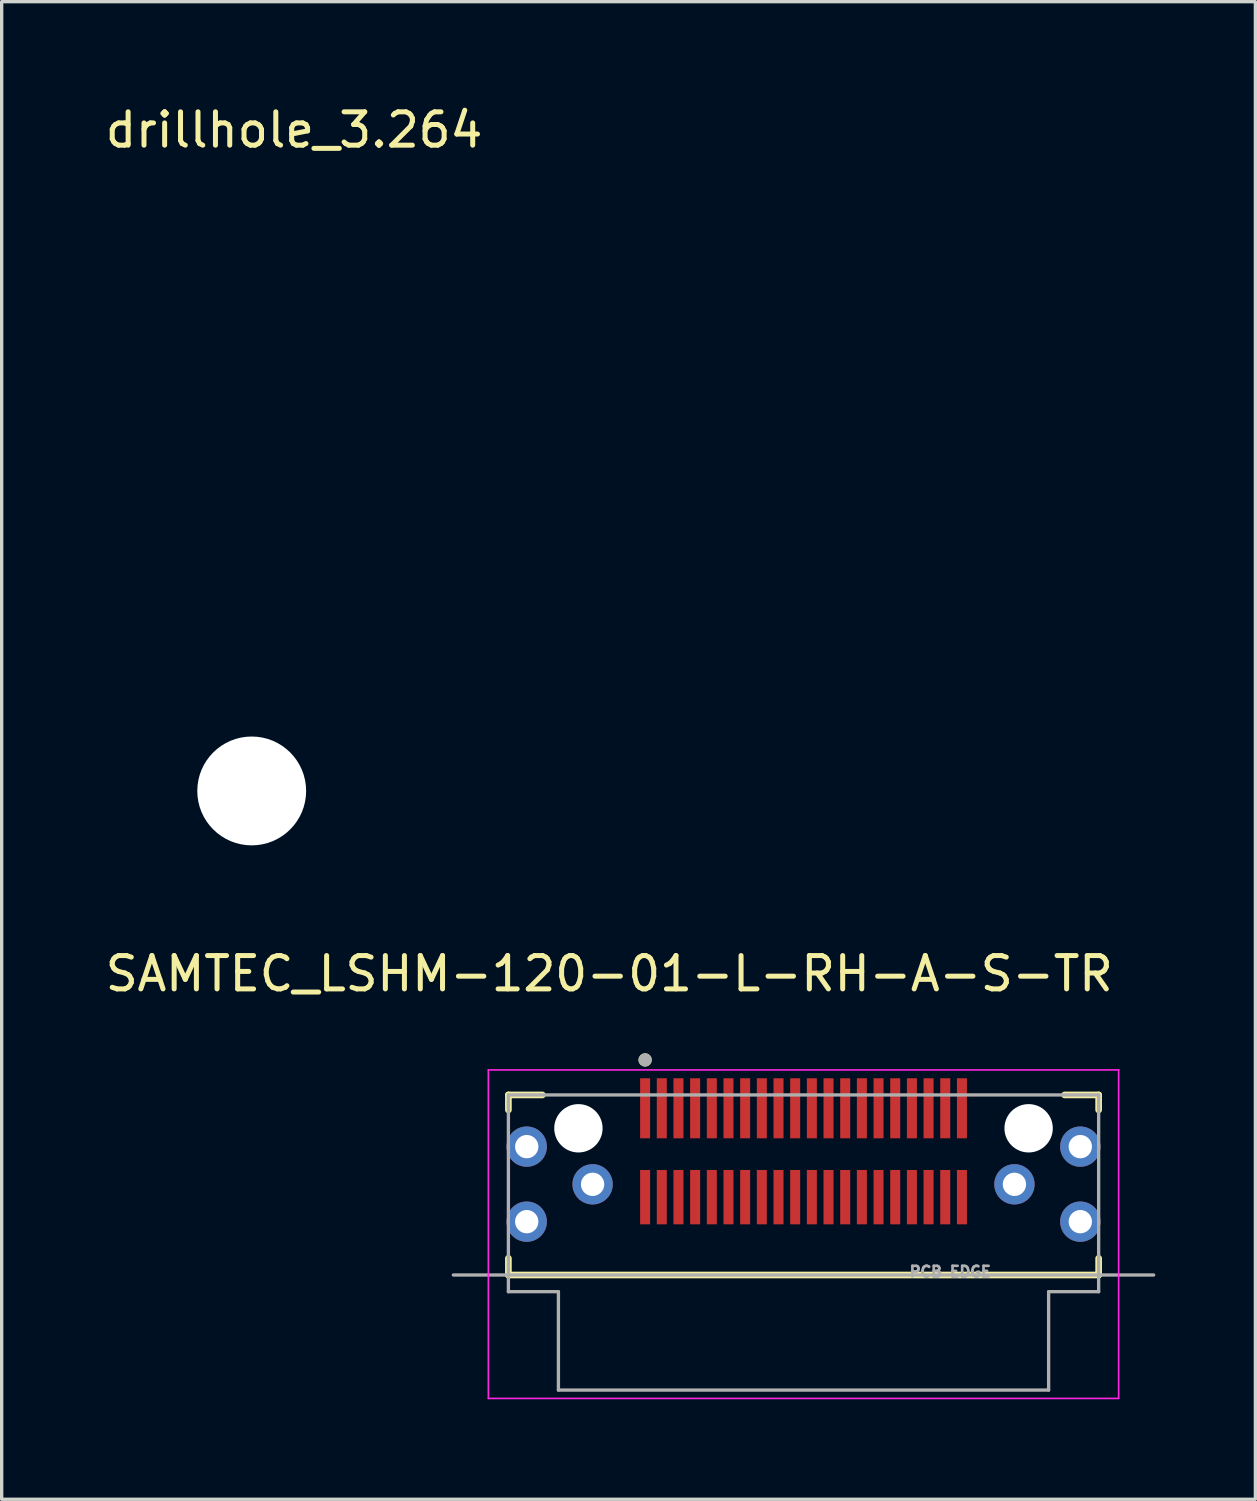
<source format=kicad_pcb>
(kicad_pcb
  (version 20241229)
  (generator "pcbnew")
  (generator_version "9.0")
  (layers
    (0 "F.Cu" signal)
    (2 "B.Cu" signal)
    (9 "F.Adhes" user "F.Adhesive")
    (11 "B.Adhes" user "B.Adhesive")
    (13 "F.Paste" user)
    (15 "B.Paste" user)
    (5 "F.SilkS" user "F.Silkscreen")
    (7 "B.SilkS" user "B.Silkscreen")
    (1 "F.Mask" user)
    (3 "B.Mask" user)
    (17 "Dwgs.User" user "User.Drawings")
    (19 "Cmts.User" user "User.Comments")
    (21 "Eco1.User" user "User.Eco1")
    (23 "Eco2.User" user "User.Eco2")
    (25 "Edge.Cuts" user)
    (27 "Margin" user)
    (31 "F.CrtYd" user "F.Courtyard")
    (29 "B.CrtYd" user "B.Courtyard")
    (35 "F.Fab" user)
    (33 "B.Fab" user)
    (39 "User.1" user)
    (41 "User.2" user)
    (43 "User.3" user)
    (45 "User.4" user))
  (footprint "drillhole_3.264"
    (layer "F.Cu")
    (at 4.498 20.668)
    (property "Reference" "drillhole_3.264" (at 1.27 -19.82 0) (layer "F.SilkS") (effects (font (size 1 1) (thickness 0.15))))
    (attr through_hole)
    (pad "" np_thru_hole circle (at 0 0) (size 3.264 3.264) (drill 3.264) (layers "*.Cu" "*.Mask")))
  (footprint "SAMTEC_LSHM-120-01-L-RH-A-S-TR"
    (layer "F.Cu")
    (at 21.045 30.784)
    (property "Reference" "SAMTEC_LSHM-120-01-L-RH-A-S-TR" (at -5.825 -4.635 0) (layer "F.SilkS") (effects (font (size 1 1) (thickness 0.15))))
    (attr smd)
    (fp_line (start -8.85 -1) (end -7.83 -1) (stroke (width 0.2) (type solid)) (layer "F.SilkS"))
    (fp_line (start -8.85 -0.55) (end -8.85 -1) (stroke (width 0.2) (type solid)) (layer "F.SilkS"))
    (fp_line (start -8.85 3.9) (end -8.85 4.4) (stroke (width 0.2) (type solid)) (layer "F.SilkS"))
    (fp_line (start -8.85 4.4) (end 8.85 4.4) (stroke (width 0.2) (type solid)) (layer "F.SilkS"))
    (fp_line (start 7.83 -1) (end 8.85 -1) (stroke (width 0.2) (type solid)) (layer "F.SilkS"))
    (fp_line (start 8.85 -1) (end 8.85 -0.55) (stroke (width 0.2) (type solid)) (layer "F.SilkS"))
    (fp_line (start 8.85 4.4) (end 8.85 3.9) (stroke (width 0.2) (type solid)) (layer "F.SilkS"))
    (fp_circle (center -4.75 -2.05) (end -4.65 -2.05) (stroke (width 0.2) (type solid)) (fill no) (layer "F.SilkS"))
    (fp_circle (center -8.3 2.8) (end -7.875 2.8) (stroke (width 0.85) (type solid)) (fill no) (layer "F.Paste"))
    (fp_circle (center 8.3 2.8) (end 8.725 2.8) (stroke (width 0.85) (type solid)) (fill no) (layer "F.Paste"))
    (fp_poly (pts (xy -7.955 -0.227) (xy -7.979 -0.236) (xy -8 -0.243) (xy -8.02 -0.25) (xy -8.04 -0.256) (xy -8.06 -0.262) (xy -8.081 -0.267) (xy -8.102 -0.271) (xy -8.122 -0.276) (xy -8.143 -0.279) (xy -8.164 -0.283) (xy -8.185 -0.286) (xy -8.206 -0.288) (xy -8.228 -0.29) (xy -8.249 -0.291) (xy -8.27 -0.292) (xy -8.291 -0.293) (xy -8.312 -0.293) (xy -8.333 -0.292) (xy -8.355 -0.291) (xy -8.376 -0.29) (xy -8.397 -0.288) (xy -8.418 -0.286) (xy -8.439 -0.283) (xy -8.46 -0.28) (xy -8.481 -0.276) (xy -8.502 -0.272) (xy -8.522 -0.267) (xy -8.543 -0.262) (xy -8.563 -0.257) (xy -8.591 -0.249) (xy -8.632 -0.232) (xy -8.673 -0.214) (xy -8.712 -0.193) (xy -8.75 -0.171) (xy -8.788 -0.146) (xy -8.823 -0.12) (xy -8.858 -0.092) (xy -8.89 -0.061) (xy -8.922 -0.03) (xy -8.951 0.004) (xy -8.979 0.038) (xy -9.005 0.075) (xy -9.029 0.112) (xy -9.051 0.151) (xy -9.07 0.191) (xy -9.088 0.232) (xy -9.104 0.273) (xy -9.117 0.316) (xy -9.128 0.359) (xy -9.137 0.402) (xy -9.144 0.446) (xy -9.148 0.491) (xy -9.15 0.535) (xy -9.149 0.58) (xy -9.147 0.624) (xy -9.142 0.668) (xy -9.134 0.712) (xy -9.125 0.756) (xy -9.113 0.799) (xy -9.099 0.841) (xy -9.082 0.882) (xy -9.064 0.923) (xy -9.043 0.962) (xy -9.021 1) (xy -8.996 1.038) (xy -8.97 1.073) (xy -8.942 1.108) (xy -8.911 1.14) (xy -8.88 1.172) (xy -8.846 1.201) (xy -8.812 1.229) (xy -8.775 1.255) (xy -8.738 1.279) (xy -8.699 1.301) (xy -8.659 1.32) (xy -8.618 1.338) (xy -8.577 1.354) (xy -8.534 1.367) (xy -8.491 1.378) (xy -8.448 1.387) (xy -8.404 1.394) (xy -8.359 1.398) (xy -8.315 1.4) (xy -8.27 1.399) (xy -8.226 1.397) (xy -8.182 1.392) (xy -8.138 1.384) (xy -8.094 1.375) (xy -8.051 1.363) (xy -8.009 1.349) (xy -7.989 1.341) (xy -7.969 1.333) (xy -7.949 1.324) (xy -7.929 1.315) (xy -7.91 1.305) (xy -7.89 1.295) (xy -7.871 1.284) (xy -7.853 1.273) (xy -7.834 1.261) (xy -7.816 1.249) (xy -7.798 1.236) (xy -7.781 1.223) (xy -7.764 1.21) (xy -7.747 1.196) (xy -7.731 1.181) (xy -7.715 1.167) (xy -7.699 1.151) (xy -7.684 1.136) (xy -7.669 1.12) (xy -7.655 1.103) (xy -7.641 1.087) (xy -7.627 1.07) (xy -7.614 1.052) (xy -7.601 1.035) (xy -7.589 1.016) (xy -7.577 0.998) (xy -7.566 0.979) (xy -7.555 0.961) (xy -7.545 0.941) (xy -7.536 0.924) (xy -7.955 -0.227) (xy -7.955 -0.227)) (stroke (width 0.01) (type solid)) (fill yes) (layer "F.Paste"))
    (fp_poly (pts (xy -7.069 1.269) (xy -7.081 1.292) (xy -7.089 1.311) (xy -7.097 1.331) (xy -7.105 1.351) (xy -7.113 1.371) (xy -7.12 1.391) (xy -7.126 1.411) (xy -7.132 1.431) (xy -7.138 1.452) (xy -7.143 1.472) (xy -7.147 1.493) (xy -7.152 1.514) (xy -7.155 1.535) (xy -7.159 1.556) (xy -7.161 1.577) (xy -7.164 1.598) (xy -7.166 1.619) (xy -7.167 1.64) (xy -7.168 1.661) (xy -7.168 1.682) (xy -7.168 1.703) (xy -7.168 1.725) (xy -7.167 1.746) (xy -7.166 1.767) (xy -7.164 1.788) (xy -7.162 1.809) (xy -7.159 1.83) (xy -7.155 1.851) (xy -7.152 1.872) (xy -7.146 1.9) (xy -7.133 1.943) (xy -7.119 1.985) (xy -7.102 2.026) (xy -7.082 2.066) (xy -7.061 2.105) (xy -7.038 2.143) (xy -7.013 2.18) (xy -6.986 2.215) (xy -6.957 2.249) (xy -6.926 2.281) (xy -6.894 2.312) (xy -6.86 2.341) (xy -6.825 2.368) (xy -6.788 2.393) (xy -6.75 2.416) (xy -6.711 2.437) (xy -6.671 2.457) (xy -6.63 2.474) (xy -6.588 2.488) (xy -6.545 2.501) (xy -6.502 2.511) (xy -6.458 2.52) (xy -6.414 2.525) (xy -6.369 2.529) (xy -6.325 2.53) (xy -6.281 2.529) (xy -6.236 2.525) (xy -6.192 2.52) (xy -6.148 2.511) (xy -6.105 2.501) (xy -6.062 2.488) (xy -6.02 2.474) (xy -5.979 2.457) (xy -5.939 2.437) (xy -5.9 2.416) (xy -5.862 2.393) (xy -5.825 2.368) (xy -5.79 2.341) (xy -5.756 2.312) (xy -5.724 2.281) (xy -5.693 2.249) (xy -5.664 2.215) (xy -5.637 2.18) (xy -5.612 2.143) (xy -5.589 2.105) (xy -5.568 2.066) (xy -5.548 2.026) (xy -5.531 1.985) (xy -5.517 1.943) (xy -5.504 1.9) (xy -5.494 1.857) (xy -5.485 1.813) (xy -5.48 1.769) (xy -5.476 1.724) (xy -5.475 1.68) (xy -5.476 1.636) (xy -5.48 1.591) (xy -5.485 1.547) (xy -5.494 1.503) (xy -5.504 1.46) (xy -5.51 1.439) (xy -5.516 1.418) (xy -5.523 1.398) (xy -5.531 1.377) (xy -5.539 1.357) (xy -5.547 1.337) (xy -5.556 1.317) (xy -5.566 1.297) (xy -5.576 1.278) (xy -5.587 1.259) (xy -5.598 1.24) (xy -5.609 1.222) (xy -5.621 1.203) (xy -5.634 1.185) (xy -5.646 1.168) (xy -5.66 1.151) (xy -5.674 1.134) (xy -5.688 1.117) (xy -5.702 1.101) (xy -5.717 1.085) (xy -5.733 1.07) (xy -5.749 1.055) (xy -5.765 1.04) (xy -5.781 1.026) (xy -5.798 1.012) (xy -5.816 0.999) (xy -5.833 0.986) (xy -5.851 0.974) (xy -5.869 0.962) (xy -5.886 0.952) (xy -7.069 1.269) (xy -7.069 1.269)) (stroke (width 0.01) (type solid)) (fill yes) (layer "F.Paste"))
    (fp_poly (pts (xy 5.886 0.952) (xy 5.875 0.959) (xy 5.857 0.971) (xy 5.84 0.984) (xy 5.823 0.997) (xy 5.806 1.011) (xy 5.79 1.025) (xy 5.773 1.039) (xy 5.758 1.054) (xy 5.742 1.069) (xy 5.727 1.084) (xy 5.712 1.1) (xy 5.698 1.116) (xy 5.684 1.132) (xy 5.67 1.149) (xy 5.657 1.165) (xy 5.644 1.183) (xy 5.631 1.2) (xy 5.619 1.218) (xy 5.607 1.236) (xy 5.596 1.254) (xy 5.585 1.273) (xy 5.575 1.292) (xy 5.565 1.311) (xy 5.555 1.33) (xy 5.546 1.35) (xy 5.537 1.37) (xy 5.529 1.389) (xy 5.521 1.409) (xy 5.514 1.43) (xy 5.506 1.454) (xy 5.495 1.497) (xy 5.487 1.541) (xy 5.481 1.585) (xy 5.478 1.629) (xy 5.477 1.674) (xy 5.478 1.718) (xy 5.481 1.762) (xy 5.487 1.807) (xy 5.495 1.85) (xy 5.506 1.894) (xy 5.518 1.936) (xy 5.533 1.978) (xy 5.55 2.019) (xy 5.569 2.059) (xy 5.591 2.099) (xy 5.614 2.137) (xy 5.639 2.173) (xy 5.666 2.209) (xy 5.695 2.242) (xy 5.726 2.275) (xy 5.758 2.305) (xy 5.792 2.334) (xy 5.827 2.361) (xy 5.864 2.386) (xy 5.902 2.41) (xy 5.941 2.431) (xy 5.981 2.45) (xy 6.022 2.467) (xy 6.064 2.482) (xy 6.107 2.495) (xy 6.15 2.505) (xy 6.194 2.513) (xy 6.238 2.519) (xy 6.282 2.522) (xy 6.327 2.524) (xy 6.371 2.522) (xy 6.416 2.519) (xy 6.46 2.513) (xy 6.504 2.505) (xy 6.547 2.495) (xy 6.589 2.482) (xy 6.631 2.467) (xy 6.673 2.45) (xy 6.713 2.431) (xy 6.752 2.41) (xy 6.79 2.386) (xy 6.826 2.361) (xy 6.862 2.334) (xy 6.896 2.305) (xy 6.928 2.275) (xy 6.958 2.242) (xy 6.987 2.209) (xy 7.014 2.173) (xy 7.04 2.137) (xy 7.063 2.099) (xy 7.084 2.059) (xy 7.103 2.019) (xy 7.12 1.978) (xy 7.135 1.936) (xy 7.148 1.894) (xy 7.152 1.876) (xy 7.157 1.855) (xy 7.161 1.834) (xy 7.165 1.812) (xy 7.168 1.791) (xy 7.171 1.77) (xy 7.173 1.748) (xy 7.174 1.727) (xy 7.175 1.705) (xy 7.176 1.684) (xy 7.176 1.662) (xy 7.175 1.64) (xy 7.174 1.619) (xy 7.172 1.597) (xy 7.169 1.576) (xy 7.166 1.554) (xy 7.163 1.533) (xy 7.159 1.512) (xy 7.155 1.491) (xy 7.149 1.47) (xy 7.144 1.449) (xy 7.138 1.428) (xy 7.131 1.408) (xy 7.124 1.387) (xy 7.116 1.367) (xy 7.108 1.347) (xy 7.099 1.328) (xy 7.09 1.308) (xy 7.08 1.289) (xy 7.069 1.269) (xy 5.886 0.952) (xy 5.886 0.952)) (stroke (width 0.01) (type solid)) (fill yes) (layer "F.Paste"))
    (fp_poly (pts (xy 7.536 0.924) (xy 7.545 0.939) (xy 7.556 0.958) (xy 7.567 0.976) (xy 7.579 0.994) (xy 7.592 1.012) (xy 7.605 1.029) (xy 7.618 1.046) (xy 7.631 1.063) (xy 7.645 1.08) (xy 7.66 1.096) (xy 7.674 1.112) (xy 7.689 1.128) (xy 7.705 1.143) (xy 7.72 1.158) (xy 7.736 1.172) (xy 7.753 1.187) (xy 7.77 1.2) (xy 7.787 1.214) (xy 7.804 1.227) (xy 7.821 1.239) (xy 7.839 1.252) (xy 7.858 1.263) (xy 7.876 1.275) (xy 7.895 1.286) (xy 7.914 1.296) (xy 7.933 1.306) (xy 7.952 1.316) (xy 7.972 1.325) (xy 7.991 1.334) (xy 8.011 1.342) (xy 8.053 1.356) (xy 8.096 1.368) (xy 8.14 1.378) (xy 8.184 1.385) (xy 8.228 1.39) (xy 8.272 1.393) (xy 8.317 1.393) (xy 8.361 1.392) (xy 8.405 1.387) (xy 8.449 1.381) (xy 8.493 1.372) (xy 8.536 1.361) (xy 8.579 1.347) (xy 8.62 1.332) (xy 8.661 1.314) (xy 8.701 1.294) (xy 8.74 1.272) (xy 8.777 1.248) (xy 8.813 1.222) (xy 8.848 1.195) (xy 8.881 1.165) (xy 8.913 1.134) (xy 8.943 1.101) (xy 8.972 1.067) (xy 8.998 1.031) (xy 9.023 0.994) (xy 9.045 0.956) (xy 9.066 0.916) (xy 9.084 0.876) (xy 9.101 0.834) (xy 9.115 0.792) (xy 9.127 0.749) (xy 9.136 0.706) (xy 9.144 0.662) (xy 9.149 0.618) (xy 9.151 0.573) (xy 9.152 0.529) (xy 9.15 0.484) (xy 9.145 0.44) (xy 9.139 0.396) (xy 9.13 0.352) (xy 9.119 0.309) (xy 9.105 0.267) (xy 9.09 0.225) (xy 9.072 0.184) (xy 9.052 0.145) (xy 9.03 0.106) (xy 9.006 0.068) (xy 8.981 0.032) (xy 8.953 -0.003) (xy 8.923 -0.036) (xy 8.892 -0.068) (xy 8.859 -0.098) (xy 8.825 -0.126) (xy 8.789 -0.153) (xy 8.752 -0.177) (xy 8.714 -0.2) (xy 8.674 -0.22) (xy 8.634 -0.239) (xy 8.593 -0.255) (xy 8.566 -0.264) (xy 8.546 -0.27) (xy 8.525 -0.276) (xy 8.504 -0.281) (xy 8.484 -0.286) (xy 8.463 -0.29) (xy 8.441 -0.293) (xy 8.42 -0.296) (xy 8.399 -0.299) (xy 8.378 -0.301) (xy 8.356 -0.302) (xy 8.335 -0.303) (xy 8.314 -0.304) (xy 8.292 -0.304) (xy 8.271 -0.303) (xy 8.25 -0.302) (xy 8.228 -0.3) (xy 8.207 -0.298) (xy 8.186 -0.295) (xy 8.165 -0.292) (xy 8.144 -0.288) (xy 8.123 -0.283) (xy 8.102 -0.279) (xy 8.081 -0.273) (xy 8.061 -0.267) (xy 8.041 -0.261) (xy 8.02 -0.254) (xy 8 -0.246) (xy 7.98 -0.238) (xy 7.955 -0.227) (xy 7.536 0.924) (xy 7.536 0.924)) (stroke (width 0.01) (type solid)) (fill yes) (layer "F.Paste"))
    (fp_line (start -9.45 -1.75) (end 9.45 -1.75) (stroke (width 0.05) (type solid)) (layer "F.CrtYd"))
    (fp_line (start -9.45 8.1) (end -9.45 -1.75) (stroke (width 0.05) (type solid)) (layer "F.CrtYd"))
    (fp_line (start 9.45 -1.75) (end 9.45 8.1) (stroke (width 0.05) (type solid)) (layer "F.CrtYd"))
    (fp_line (start 9.45 8.1) (end -9.45 8.1) (stroke (width 0.05) (type solid)) (layer "F.CrtYd"))
    (fp_line (start -10.5 4.4) (end 10.5 4.4) (stroke (width 0.1) (type solid)) (layer "F.Fab"))
    (fp_line (start -8.85 -1) (end 8.85 -1) (stroke (width 0.1) (type solid)) (layer "F.Fab"))
    (fp_line (start -8.85 4.9) (end -8.85 -1) (stroke (width 0.1) (type solid)) (layer "F.Fab"))
    (fp_line (start -7.35 4.9) (end -8.85 4.9) (stroke (width 0.1) (type solid)) (layer "F.Fab"))
    (fp_line (start -7.35 7.85) (end -7.35 4.9) (stroke (width 0.1) (type solid)) (layer "F.Fab"))
    (fp_line (start 7.35 4.9) (end 7.35 7.85) (stroke (width 0.1) (type solid)) (layer "F.Fab"))
    (fp_line (start 7.35 7.85) (end -7.35 7.85) (stroke (width 0.1) (type solid)) (layer "F.Fab"))
    (fp_line (start 8.85 -1) (end 8.85 4.9) (stroke (width 0.1) (type solid)) (layer "F.Fab"))
    (fp_line (start 8.85 4.9) (end 7.35 4.9) (stroke (width 0.1) (type solid)) (layer "F.Fab"))
    (fp_circle (center -4.75 -2.05) (end -4.65 -2.05) (stroke (width 0.2) (type solid)) (fill no) (layer "F.Fab"))
    (fp_text user "PCB EDGE" (at 4.4 4.3 0) (layer "F.Fab") (effects (font (size 0.32 0.32) (thickness 0.15))))
    (pad "" np_thru_hole circle (at -6.75 0) (size 1.45 1.45) (drill 1.45) (layers "*.Cu" "*.Mask"))
    (pad "" np_thru_hole circle (at 6.75 0) (size 1.45 1.45) (drill 1.45) (layers "*.Cu" "*.Mask"))
    (pad "01" smd rect (at -4.75 -0.6) (size 0.3 1.8) (layers "F.Cu" "F.Mask" "F.Paste"))
    (pad "02" smd rect (at -4.75 2.065) (size 0.3 1.63) (layers "F.Cu" "F.Mask" "F.Paste"))
    (pad "03" smd rect (at -4.25 -0.6) (size 0.3 1.8) (layers "F.Cu" "F.Mask" "F.Paste"))
    (pad "04" smd rect (at -4.25 2.065) (size 0.3 1.63) (layers "F.Cu" "F.Mask" "F.Paste"))
    (pad "05" smd rect (at -3.75 -0.6) (size 0.3 1.8) (layers "F.Cu" "F.Mask" "F.Paste"))
    (pad "06" smd rect (at -3.75 2.065) (size 0.3 1.63) (layers "F.Cu" "F.Mask" "F.Paste"))
    (pad "07" smd rect (at -3.25 -0.6) (size 0.3 1.8) (layers "F.Cu" "F.Mask" "F.Paste"))
    (pad "08" smd rect (at -3.25 2.065) (size 0.3 1.63) (layers "F.Cu" "F.Mask" "F.Paste"))
    (pad "09" smd rect (at -2.75 -0.6) (size 0.3 1.8) (layers "F.Cu" "F.Mask" "F.Paste"))
    (pad "10" smd rect (at -2.75 2.065) (size 0.3 1.63) (layers "F.Cu" "F.Mask" "F.Paste"))
    (pad "11" smd rect (at -2.25 -0.6) (size 0.3 1.8) (layers "F.Cu" "F.Mask" "F.Paste"))
    (pad "12" smd rect (at -2.25 2.065) (size 0.3 1.63) (layers "F.Cu" "F.Mask" "F.Paste"))
    (pad "13" smd rect (at -1.75 -0.6) (size 0.3 1.8) (layers "F.Cu" "F.Mask" "F.Paste"))
    (pad "14" smd rect (at -1.75 2.065) (size 0.3 1.63) (layers "F.Cu" "F.Mask" "F.Paste"))
    (pad "15" smd rect (at -1.25 -0.6) (size 0.3 1.8) (layers "F.Cu" "F.Mask" "F.Paste"))
    (pad "16" smd rect (at -1.25 2.065) (size 0.3 1.63) (layers "F.Cu" "F.Mask" "F.Paste"))
    (pad "17" smd rect (at -0.75 -0.6) (size 0.3 1.8) (layers "F.Cu" "F.Mask" "F.Paste"))
    (pad "18" smd rect (at -0.75 2.065) (size 0.3 1.63) (layers "F.Cu" "F.Mask" "F.Paste"))
    (pad "19" smd rect (at -0.25 -0.6) (size 0.3 1.8) (layers "F.Cu" "F.Mask" "F.Paste"))
    (pad "20" smd rect (at -0.25 2.065) (size 0.3 1.63) (layers "F.Cu" "F.Mask" "F.Paste"))
    (pad "21" smd rect (at 0.25 -0.6) (size 0.3 1.8) (layers "F.Cu" "F.Mask" "F.Paste"))
    (pad "22" smd rect (at 0.25 2.065) (size 0.3 1.63) (layers "F.Cu" "F.Mask" "F.Paste"))
    (pad "23" smd rect (at 0.75 -0.6) (size 0.3 1.8) (layers "F.Cu" "F.Mask" "F.Paste"))
    (pad "24" smd rect (at 0.75 2.065) (size 0.3 1.63) (layers "F.Cu" "F.Mask" "F.Paste"))
    (pad "25" smd rect (at 1.25 -0.6) (size 0.3 1.8) (layers "F.Cu" "F.Mask" "F.Paste"))
    (pad "26" smd rect (at 1.25 2.065) (size 0.3 1.63) (layers "F.Cu" "F.Mask" "F.Paste"))
    (pad "27" smd rect (at 1.75 -0.6) (size 0.3 1.8) (layers "F.Cu" "F.Mask" "F.Paste"))
    (pad "28" smd rect (at 1.75 2.065) (size 0.3 1.63) (layers "F.Cu" "F.Mask" "F.Paste"))
    (pad "29" smd rect (at 2.25 -0.6) (size 0.3 1.8) (layers "F.Cu" "F.Mask" "F.Paste"))
    (pad "30" smd rect (at 2.25 2.065) (size 0.3 1.63) (layers "F.Cu" "F.Mask" "F.Paste"))
    (pad "31" smd rect (at 2.75 -0.6) (size 0.3 1.8) (layers "F.Cu" "F.Mask" "F.Paste"))
    (pad "32" smd rect (at 2.75 2.065) (size 0.3 1.63) (layers "F.Cu" "F.Mask" "F.Paste"))
    (pad "33" smd rect (at 3.25 -0.6) (size 0.3 1.8) (layers "F.Cu" "F.Mask" "F.Paste"))
    (pad "34" smd rect (at 3.25 2.065) (size 0.3 1.63) (layers "F.Cu" "F.Mask" "F.Paste"))
    (pad "35" smd rect (at 3.75 -0.6) (size 0.3 1.8) (layers "F.Cu" "F.Mask" "F.Paste"))
    (pad "36" smd rect (at 3.75 2.065) (size 0.3 1.63) (layers "F.Cu" "F.Mask" "F.Paste"))
    (pad "37" smd rect (at 4.25 -0.6) (size 0.3 1.8) (layers "F.Cu" "F.Mask" "F.Paste"))
    (pad "38" smd rect (at 4.25 2.065) (size 0.3 1.63) (layers "F.Cu" "F.Mask" "F.Paste"))
    (pad "39" smd rect (at 4.75 -0.6) (size 0.3 1.8) (layers "F.Cu" "F.Mask" "F.Paste"))
    (pad "40" smd rect (at 4.75 2.065) (size 0.3 1.63) (layers "F.Cu" "F.Mask" "F.Paste"))
    (pad "S1" thru_hole circle (at -6.325 1.68) (size 1.208 1.208) (drill 0.7) (layers "*.Cu" "*.Mask"))
    (pad "S2" thru_hole circle (at 6.325 1.68) (size 1.208 1.208) (drill 0.7) (layers "*.Cu" "*.Mask"))
    (pad "WT1" thru_hole circle (at -8.3 0.55) (size 1.208 1.208) (drill 0.7) (layers "*.Cu" "*.Mask"))
    (pad "WT2" thru_hole circle (at -8.3 2.8) (size 1.208 1.208) (drill 0.7) (layers "*.Cu" "*.Mask"))
    (pad "WT3" thru_hole circle (at 8.3 0.55) (size 1.208 1.208) (drill 0.7) (layers "*.Cu" "*.Mask"))
    (pad "WT4" thru_hole circle (at 8.3 2.8) (size 1.208 1.208) (drill 0.7) (layers "*.Cu" "*.Mask")))
  (gr_rect
    (start -3 -3)
    (end 34.595 41.908)
    (stroke (width 0.1) (type default))
    (fill no)
    (layer "Edge.Cuts")))
</source>
